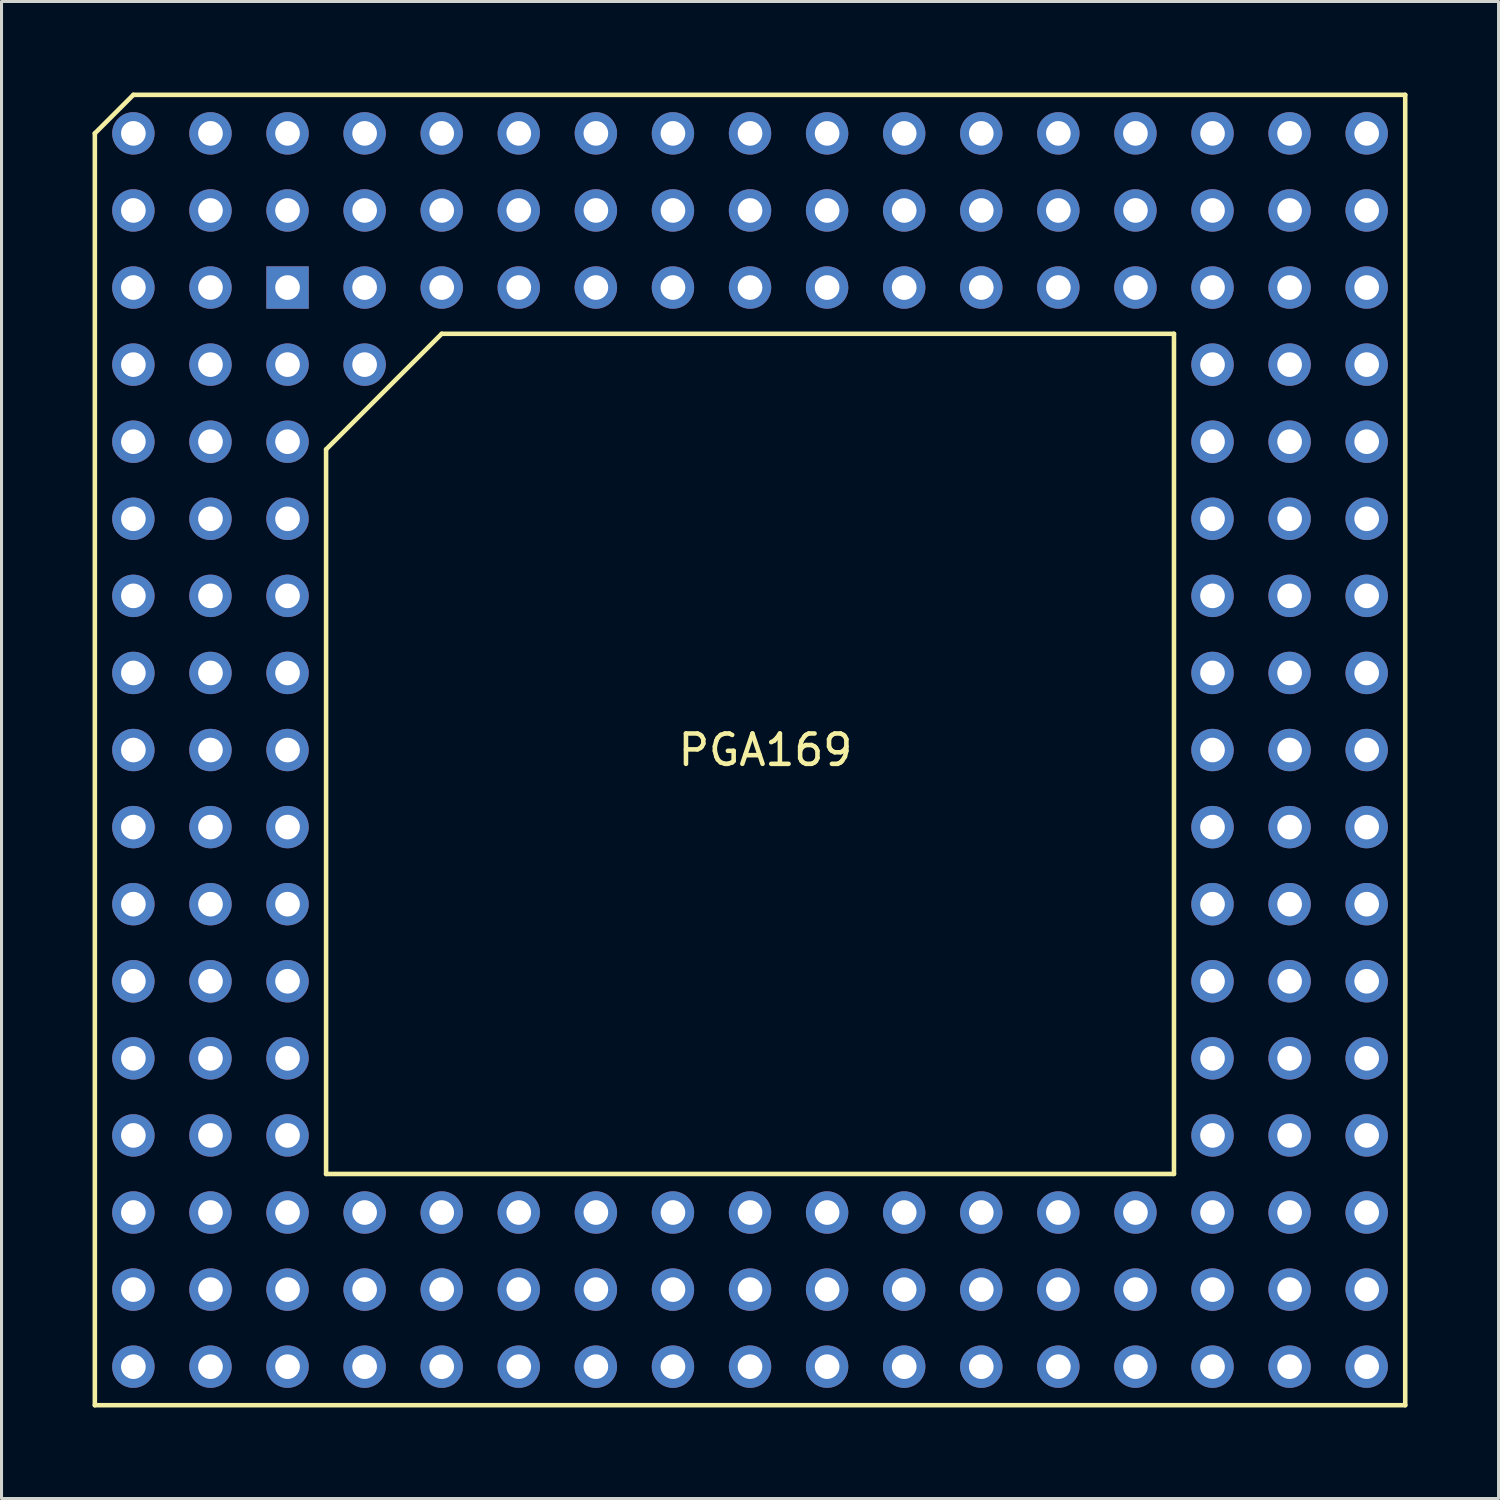
<source format=kicad_pcb>
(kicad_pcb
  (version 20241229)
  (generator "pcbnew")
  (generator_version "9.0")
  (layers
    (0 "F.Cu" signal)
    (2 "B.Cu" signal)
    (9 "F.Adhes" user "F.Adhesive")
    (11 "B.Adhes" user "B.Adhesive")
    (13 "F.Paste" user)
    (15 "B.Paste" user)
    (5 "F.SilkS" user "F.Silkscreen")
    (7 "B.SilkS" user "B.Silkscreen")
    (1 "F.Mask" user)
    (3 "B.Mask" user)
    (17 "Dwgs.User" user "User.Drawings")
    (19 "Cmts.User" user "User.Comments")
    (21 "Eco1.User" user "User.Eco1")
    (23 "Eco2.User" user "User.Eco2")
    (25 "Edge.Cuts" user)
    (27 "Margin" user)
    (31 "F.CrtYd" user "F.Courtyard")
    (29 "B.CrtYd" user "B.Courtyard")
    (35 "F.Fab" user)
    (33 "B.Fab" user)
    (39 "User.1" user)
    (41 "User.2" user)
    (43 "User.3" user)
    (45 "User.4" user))
  (footprint "PGA169"
    (layer "F.Cu")
    (at 21.665 21.411)
    (property "Reference" "PGA169" (at 0.508 0.254 0) (layer "F.SilkS") (effects (font (size 1 1) (thickness 0.15))))
    (attr through_hole)
    (fp_line (start -21.59 -20.066) (end -20.32 -21.336) (stroke (width 0.15) (type solid)) (layer "F.SilkS"))
    (fp_line (start -21.59 21.844) (end -21.59 -20.066) (stroke (width 0.15) (type solid)) (layer "F.SilkS"))
    (fp_line (start -20.32 -21.336) (end 21.59 -21.336) (stroke (width 0.15) (type solid)) (layer "F.SilkS"))
    (fp_line (start -13.97 -9.652) (end -10.16 -13.462) (stroke (width 0.15) (type solid)) (layer "F.SilkS"))
    (fp_line (start -13.97 14.224) (end -13.97 -9.652) (stroke (width 0.15) (type solid)) (layer "F.SilkS"))
    (fp_line (start -10.16 -13.462) (end 13.97 -13.462) (stroke (width 0.15) (type solid)) (layer "F.SilkS"))
    (fp_line (start 13.97 -13.462) (end 13.97 14.224) (stroke (width 0.15) (type solid)) (layer "F.SilkS"))
    (fp_line (start 13.97 14.224) (end -13.97 14.224) (stroke (width 0.15) (type solid)) (layer "F.SilkS"))
    (fp_line (start 21.59 -21.336) (end 21.59 21.844) (stroke (width 0.15) (type solid)) (layer "F.SilkS"))
    (fp_line (start 21.59 21.844) (end -21.59 21.844) (stroke (width 0.15) (type solid)) (layer "F.SilkS"))
    (pad "A1" thru_hole circle (at -20.32 -20.066) (size 1.397 1.397) (drill 0.813) (layers "*.Cu" "*.Mask"))
    (pad "A2" thru_hole circle (at -17.78 -20.066) (size 1.397 1.397) (drill 0.813) (layers "*.Cu" "*.Mask"))
    (pad "A3" thru_hole circle (at -15.24 -20.066) (size 1.397 1.397) (drill 0.813) (layers "*.Cu" "*.Mask"))
    (pad "A4" thru_hole circle (at -12.7 -20.066) (size 1.397 1.397) (drill 0.813) (layers "*.Cu" "*.Mask"))
    (pad "A5" thru_hole circle (at -10.16 -20.066) (size 1.397 1.397) (drill 0.813) (layers "*.Cu" "*.Mask"))
    (pad "A6" thru_hole circle (at -7.62 -20.066) (size 1.397 1.397) (drill 0.813) (layers "*.Cu" "*.Mask"))
    (pad "A7" thru_hole circle (at -5.08 -20.066) (size 1.397 1.397) (drill 0.813) (layers "*.Cu" "*.Mask"))
    (pad "A8" thru_hole circle (at -2.54 -20.066) (size 1.397 1.397) (drill 0.813) (layers "*.Cu" "*.Mask"))
    (pad "A9" thru_hole circle (at 0 -20.066) (size 1.397 1.397) (drill 0.813) (layers "*.Cu" "*.Mask"))
    (pad "A10" thru_hole circle (at 2.54 -20.066) (size 1.397 1.397) (drill 0.813) (layers "*.Cu" "*.Mask"))
    (pad "A11" thru_hole circle (at 5.08 -20.066) (size 1.397 1.397) (drill 0.813) (layers "*.Cu" "*.Mask"))
    (pad "A12" thru_hole circle (at 7.62 -20.066) (size 1.397 1.397) (drill 0.813) (layers "*.Cu" "*.Mask"))
    (pad "A13" thru_hole circle (at 10.16 -20.066) (size 1.397 1.397) (drill 0.813) (layers "*.Cu" "*.Mask"))
    (pad "A14" thru_hole circle (at 12.7 -20.066) (size 1.397 1.397) (drill 0.813) (layers "*.Cu" "*.Mask"))
    (pad "A15" thru_hole circle (at 15.24 -20.066) (size 1.397 1.397) (drill 0.813) (layers "*.Cu" "*.Mask"))
    (pad "A16" thru_hole circle (at 17.78 -20.066) (size 1.397 1.397) (drill 0.813) (layers "*.Cu" "*.Mask"))
    (pad "A17" thru_hole circle (at 20.32 -20.066) (size 1.397 1.397) (drill 0.813) (layers "*.Cu" "*.Mask"))
    (pad "B1" thru_hole circle (at -20.32 -17.526) (size 1.397 1.397) (drill 0.813) (layers "*.Cu" "*.Mask"))
    (pad "B2" thru_hole circle (at -17.78 -17.526) (size 1.397 1.397) (drill 0.813) (layers "*.Cu" "*.Mask"))
    (pad "B3" thru_hole circle (at -15.24 -17.526) (size 1.397 1.397) (drill 0.813) (layers "*.Cu" "*.Mask"))
    (pad "B4" thru_hole circle (at -12.7 -17.526) (size 1.397 1.397) (drill 0.813) (layers "*.Cu" "*.Mask"))
    (pad "B5" thru_hole circle (at -10.16 -17.526) (size 1.397 1.397) (drill 0.813) (layers "*.Cu" "*.Mask"))
    (pad "B6" thru_hole circle (at -7.62 -17.526) (size 1.397 1.397) (drill 0.813) (layers "*.Cu" "*.Mask"))
    (pad "B7" thru_hole circle (at -5.08 -17.526) (size 1.397 1.397) (drill 0.813) (layers "*.Cu" "*.Mask"))
    (pad "B8" thru_hole circle (at -2.54 -17.526) (size 1.397 1.397) (drill 0.813) (layers "*.Cu" "*.Mask"))
    (pad "B9" thru_hole circle (at 0 -17.526) (size 1.397 1.397) (drill 0.813) (layers "*.Cu" "*.Mask"))
    (pad "B10" thru_hole circle (at 2.54 -17.526) (size 1.397 1.397) (drill 0.813) (layers "*.Cu" "*.Mask"))
    (pad "B11" thru_hole circle (at 5.08 -17.526) (size 1.397 1.397) (drill 0.813) (layers "*.Cu" "*.Mask"))
    (pad "B12" thru_hole circle (at 7.62 -17.526) (size 1.397 1.397) (drill 0.813) (layers "*.Cu" "*.Mask"))
    (pad "B13" thru_hole circle (at 10.16 -17.526) (size 1.397 1.397) (drill 0.813) (layers "*.Cu" "*.Mask"))
    (pad "B14" thru_hole circle (at 12.7 -17.526) (size 1.397 1.397) (drill 0.813) (layers "*.Cu" "*.Mask"))
    (pad "B15" thru_hole circle (at 15.24 -17.526) (size 1.397 1.397) (drill 0.813) (layers "*.Cu" "*.Mask"))
    (pad "B16" thru_hole circle (at 17.78 -17.526) (size 1.397 1.397) (drill 0.813) (layers "*.Cu" "*.Mask"))
    (pad "B17" thru_hole circle (at 20.32 -17.526) (size 1.397 1.397) (drill 0.813) (layers "*.Cu" "*.Mask"))
    (pad "C1" thru_hole circle (at -20.32 -14.986) (size 1.397 1.397) (drill 0.813) (layers "*.Cu" "*.Mask"))
    (pad "C2" thru_hole circle (at -17.78 -14.986) (size 1.397 1.397) (drill 0.813) (layers "*.Cu" "*.Mask"))
    (pad "C3" thru_hole rect (at -15.24 -14.986) (size 1.397 1.397) (drill 0.813) (layers "*.Cu" "*.Mask"))
    (pad "C4" thru_hole circle (at -12.7 -14.986) (size 1.397 1.397) (drill 0.813) (layers "*.Cu" "*.Mask"))
    (pad "C5" thru_hole circle (at -10.16 -14.986) (size 1.397 1.397) (drill 0.813) (layers "*.Cu" "*.Mask"))
    (pad "C6" thru_hole circle (at -7.62 -14.986) (size 1.397 1.397) (drill 0.813) (layers "*.Cu" "*.Mask"))
    (pad "C7" thru_hole circle (at -5.08 -14.986) (size 1.397 1.397) (drill 0.813) (layers "*.Cu" "*.Mask"))
    (pad "C8" thru_hole circle (at -2.54 -14.986) (size 1.397 1.397) (drill 0.813) (layers "*.Cu" "*.Mask"))
    (pad "C9" thru_hole circle (at 0 -14.986) (size 1.397 1.397) (drill 0.813) (layers "*.Cu" "*.Mask"))
    (pad "C10" thru_hole circle (at 2.54 -14.986) (size 1.397 1.397) (drill 0.813) (layers "*.Cu" "*.Mask"))
    (pad "C11" thru_hole circle (at 5.08 -14.986) (size 1.397 1.397) (drill 0.813) (layers "*.Cu" "*.Mask"))
    (pad "C12" thru_hole circle (at 7.62 -14.986) (size 1.397 1.397) (drill 0.813) (layers "*.Cu" "*.Mask"))
    (pad "C13" thru_hole circle (at 10.16 -14.986) (size 1.397 1.397) (drill 0.813) (layers "*.Cu" "*.Mask"))
    (pad "C14" thru_hole circle (at 12.7 -14.986) (size 1.397 1.397) (drill 0.813) (layers "*.Cu" "*.Mask"))
    (pad "C15" thru_hole circle (at 15.24 -14.986) (size 1.397 1.397) (drill 0.813) (layers "*.Cu" "*.Mask"))
    (pad "C16" thru_hole circle (at 17.78 -14.986) (size 1.397 1.397) (drill 0.813) (layers "*.Cu" "*.Mask"))
    (pad "C17" thru_hole circle (at 20.32 -14.986) (size 1.397 1.397) (drill 0.813) (layers "*.Cu" "*.Mask"))
    (pad "D1" thru_hole circle (at -20.32 -12.446) (size 1.397 1.397) (drill 0.813) (layers "*.Cu" "*.Mask"))
    (pad "D2" thru_hole circle (at -17.78 -12.446) (size 1.397 1.397) (drill 0.813) (layers "*.Cu" "*.Mask"))
    (pad "D3" thru_hole circle (at -15.24 -12.446) (size 1.397 1.397) (drill 0.813) (layers "*.Cu" "*.Mask"))
    (pad "D4" thru_hole circle (at -12.7 -12.446) (size 1.397 1.397) (drill 0.813) (layers "*.Cu" "*.Mask"))
    (pad "D15" thru_hole circle (at 15.24 -12.446) (size 1.397 1.397) (drill 0.813) (layers "*.Cu" "*.Mask"))
    (pad "D16" thru_hole circle (at 17.78 -12.446) (size 1.397 1.397) (drill 0.813) (layers "*.Cu" "*.Mask"))
    (pad "D17" thru_hole circle (at 20.32 -12.446) (size 1.397 1.397) (drill 0.813) (layers "*.Cu" "*.Mask"))
    (pad "E1" thru_hole circle (at -20.32 -9.906) (size 1.397 1.397) (drill 0.813) (layers "*.Cu" "*.Mask"))
    (pad "E2" thru_hole circle (at -17.78 -9.906) (size 1.397 1.397) (drill 0.813) (layers "*.Cu" "*.Mask"))
    (pad "E3" thru_hole circle (at -15.24 -9.906) (size 1.397 1.397) (drill 0.813) (layers "*.Cu" "*.Mask"))
    (pad "E15" thru_hole circle (at 15.24 -9.906) (size 1.397 1.397) (drill 0.813) (layers "*.Cu" "*.Mask"))
    (pad "E16" thru_hole circle (at 17.78 -9.906) (size 1.397 1.397) (drill 0.813) (layers "*.Cu" "*.Mask"))
    (pad "E17" thru_hole circle (at 20.32 -9.906) (size 1.397 1.397) (drill 0.813) (layers "*.Cu" "*.Mask"))
    (pad "F1" thru_hole circle (at -20.32 -7.366) (size 1.397 1.397) (drill 0.813) (layers "*.Cu" "*.Mask"))
    (pad "F2" thru_hole circle (at -17.78 -7.366) (size 1.397 1.397) (drill 0.813) (layers "*.Cu" "*.Mask"))
    (pad "F3" thru_hole circle (at -15.24 -7.366) (size 1.397 1.397) (drill 0.813) (layers "*.Cu" "*.Mask"))
    (pad "F15" thru_hole circle (at 15.24 -7.366) (size 1.397 1.397) (drill 0.813) (layers "*.Cu" "*.Mask"))
    (pad "F16" thru_hole circle (at 17.78 -7.366) (size 1.397 1.397) (drill 0.813) (layers "*.Cu" "*.Mask"))
    (pad "F17" thru_hole circle (at 20.32 -7.366) (size 1.397 1.397) (drill 0.813) (layers "*.Cu" "*.Mask"))
    (pad "G1" thru_hole circle (at -20.32 -4.826) (size 1.397 1.397) (drill 0.813) (layers "*.Cu" "*.Mask"))
    (pad "G2" thru_hole circle (at -17.78 -4.826) (size 1.397 1.397) (drill 0.813) (layers "*.Cu" "*.Mask"))
    (pad "G3" thru_hole circle (at -15.24 -4.826) (size 1.397 1.397) (drill 0.813) (layers "*.Cu" "*.Mask"))
    (pad "G15" thru_hole circle (at 15.24 -4.826) (size 1.397 1.397) (drill 0.813) (layers "*.Cu" "*.Mask"))
    (pad "G16" thru_hole circle (at 17.78 -4.826) (size 1.397 1.397) (drill 0.813) (layers "*.Cu" "*.Mask"))
    (pad "G17" thru_hole circle (at 20.32 -4.826) (size 1.397 1.397) (drill 0.813) (layers "*.Cu" "*.Mask"))
    (pad "H1" thru_hole circle (at -20.32 -2.286) (size 1.397 1.397) (drill 0.813) (layers "*.Cu" "*.Mask"))
    (pad "H2" thru_hole circle (at -17.78 -2.286) (size 1.397 1.397) (drill 0.813) (layers "*.Cu" "*.Mask"))
    (pad "H3" thru_hole circle (at -15.24 -2.286) (size 1.397 1.397) (drill 0.813) (layers "*.Cu" "*.Mask"))
    (pad "H15" thru_hole circle (at 15.24 -2.286) (size 1.397 1.397) (drill 0.813) (layers "*.Cu" "*.Mask"))
    (pad "H16" thru_hole circle (at 17.78 -2.286) (size 1.397 1.397) (drill 0.813) (layers "*.Cu" "*.Mask"))
    (pad "H17" thru_hole circle (at 20.32 -2.286) (size 1.397 1.397) (drill 0.813) (layers "*.Cu" "*.Mask"))
    (pad "J1" thru_hole circle (at -20.32 0.254) (size 1.397 1.397) (drill 0.813) (layers "*.Cu" "*.Mask"))
    (pad "J2" thru_hole circle (at -17.78 0.254) (size 1.397 1.397) (drill 0.813) (layers "*.Cu" "*.Mask"))
    (pad "J3" thru_hole circle (at -15.24 0.254) (size 1.397 1.397) (drill 0.813) (layers "*.Cu" "*.Mask"))
    (pad "J15" thru_hole circle (at 15.24 0.254) (size 1.397 1.397) (drill 0.813) (layers "*.Cu" "*.Mask"))
    (pad "J16" thru_hole circle (at 17.78 0.254) (size 1.397 1.397) (drill 0.813) (layers "*.Cu" "*.Mask"))
    (pad "J17" thru_hole circle (at 20.32 0.254) (size 1.397 1.397) (drill 0.813) (layers "*.Cu" "*.Mask"))
    (pad "K1" thru_hole circle (at -20.32 2.794) (size 1.397 1.397) (drill 0.813) (layers "*.Cu" "*.Mask"))
    (pad "K2" thru_hole circle (at -17.78 2.794) (size 1.397 1.397) (drill 0.813) (layers "*.Cu" "*.Mask"))
    (pad "K3" thru_hole circle (at -15.24 2.794) (size 1.397 1.397) (drill 0.813) (layers "*.Cu" "*.Mask"))
    (pad "K15" thru_hole circle (at 15.24 2.794) (size 1.397 1.397) (drill 0.813) (layers "*.Cu" "*.Mask"))
    (pad "K16" thru_hole circle (at 17.78 2.794) (size 1.397 1.397) (drill 0.813) (layers "*.Cu" "*.Mask"))
    (pad "K17" thru_hole circle (at 20.32 2.794) (size 1.397 1.397) (drill 0.813) (layers "*.Cu" "*.Mask"))
    (pad "L1" thru_hole circle (at -20.32 5.334) (size 1.397 1.397) (drill 0.813) (layers "*.Cu" "*.Mask"))
    (pad "L2" thru_hole circle (at -17.78 5.334) (size 1.397 1.397) (drill 0.813) (layers "*.Cu" "*.Mask"))
    (pad "L3" thru_hole circle (at -15.24 5.334) (size 1.397 1.397) (drill 0.813) (layers "*.Cu" "*.Mask"))
    (pad "L15" thru_hole circle (at 15.24 5.334) (size 1.397 1.397) (drill 0.813) (layers "*.Cu" "*.Mask"))
    (pad "L16" thru_hole circle (at 17.78 5.334) (size 1.397 1.397) (drill 0.813) (layers "*.Cu" "*.Mask"))
    (pad "L17" thru_hole circle (at 20.32 5.334) (size 1.397 1.397) (drill 0.813) (layers "*.Cu" "*.Mask"))
    (pad "M1" thru_hole circle (at -20.32 7.874) (size 1.397 1.397) (drill 0.813) (layers "*.Cu" "*.Mask"))
    (pad "M2" thru_hole circle (at -17.78 7.874) (size 1.397 1.397) (drill 0.813) (layers "*.Cu" "*.Mask"))
    (pad "M3" thru_hole circle (at -15.24 7.874) (size 1.397 1.397) (drill 0.813) (layers "*.Cu" "*.Mask"))
    (pad "M15" thru_hole circle (at 15.24 7.874) (size 1.397 1.397) (drill 0.813) (layers "*.Cu" "*.Mask"))
    (pad "M16" thru_hole circle (at 17.78 7.874) (size 1.397 1.397) (drill 0.813) (layers "*.Cu" "*.Mask"))
    (pad "M17" thru_hole circle (at 20.32 7.874) (size 1.397 1.397) (drill 0.813) (layers "*.Cu" "*.Mask"))
    (pad "N1" thru_hole circle (at -20.32 10.414) (size 1.397 1.397) (drill 0.813) (layers "*.Cu" "*.Mask"))
    (pad "N2" thru_hole circle (at -17.78 10.414) (size 1.397 1.397) (drill 0.813) (layers "*.Cu" "*.Mask"))
    (pad "N3" thru_hole circle (at -15.24 10.414) (size 1.397 1.397) (drill 0.813) (layers "*.Cu" "*.Mask"))
    (pad "N15" thru_hole circle (at 15.24 10.414) (size 1.397 1.397) (drill 0.813) (layers "*.Cu" "*.Mask"))
    (pad "N16" thru_hole circle (at 17.78 10.414) (size 1.397 1.397) (drill 0.813) (layers "*.Cu" "*.Mask"))
    (pad "N17" thru_hole circle (at 20.32 10.414) (size 1.397 1.397) (drill 0.813) (layers "*.Cu" "*.Mask"))
    (pad "P1" thru_hole circle (at -20.32 12.954) (size 1.397 1.397) (drill 0.813) (layers "*.Cu" "*.Mask"))
    (pad "P2" thru_hole circle (at -17.78 12.954) (size 1.397 1.397) (drill 0.813) (layers "*.Cu" "*.Mask"))
    (pad "P3" thru_hole circle (at -15.24 12.954) (size 1.397 1.397) (drill 0.813) (layers "*.Cu" "*.Mask"))
    (pad "P15" thru_hole circle (at 15.24 12.954) (size 1.397 1.397) (drill 0.813) (layers "*.Cu" "*.Mask"))
    (pad "P16" thru_hole circle (at 17.78 12.954) (size 1.397 1.397) (drill 0.813) (layers "*.Cu" "*.Mask"))
    (pad "P17" thru_hole circle (at 20.32 12.954) (size 1.397 1.397) (drill 0.813) (layers "*.Cu" "*.Mask"))
    (pad "Q1" thru_hole circle (at -20.32 15.494) (size 1.397 1.397) (drill 0.813) (layers "*.Cu" "*.Mask"))
    (pad "Q2" thru_hole circle (at -17.78 15.494) (size 1.397 1.397) (drill 0.813) (layers "*.Cu" "*.Mask"))
    (pad "Q3" thru_hole circle (at -15.24 15.494) (size 1.397 1.397) (drill 0.813) (layers "*.Cu" "*.Mask"))
    (pad "Q4" thru_hole circle (at -12.7 15.494) (size 1.397 1.397) (drill 0.813) (layers "*.Cu" "*.Mask"))
    (pad "Q5" thru_hole circle (at -10.16 15.494) (size 1.397 1.397) (drill 0.813) (layers "*.Cu" "*.Mask"))
    (pad "Q6" thru_hole circle (at -7.62 15.494) (size 1.397 1.397) (drill 0.813) (layers "*.Cu" "*.Mask"))
    (pad "Q7" thru_hole circle (at -5.08 15.494) (size 1.397 1.397) (drill 0.813) (layers "*.Cu" "*.Mask"))
    (pad "Q8" thru_hole circle (at -2.54 15.494) (size 1.397 1.397) (drill 0.813) (layers "*.Cu" "*.Mask"))
    (pad "Q9" thru_hole circle (at 0 15.494) (size 1.397 1.397) (drill 0.813) (layers "*.Cu" "*.Mask"))
    (pad "Q10" thru_hole circle (at 2.54 15.494) (size 1.397 1.397) (drill 0.813) (layers "*.Cu" "*.Mask"))
    (pad "Q11" thru_hole circle (at 5.08 15.494) (size 1.397 1.397) (drill 0.813) (layers "*.Cu" "*.Mask"))
    (pad "Q12" thru_hole circle (at 7.62 15.494) (size 1.397 1.397) (drill 0.813) (layers "*.Cu" "*.Mask"))
    (pad "Q13" thru_hole circle (at 10.16 15.494) (size 1.397 1.397) (drill 0.813) (layers "*.Cu" "*.Mask"))
    (pad "Q14" thru_hole circle (at 12.7 15.494) (size 1.397 1.397) (drill 0.813) (layers "*.Cu" "*.Mask"))
    (pad "Q15" thru_hole circle (at 15.24 15.494) (size 1.397 1.397) (drill 0.813) (layers "*.Cu" "*.Mask"))
    (pad "Q16" thru_hole circle (at 17.78 15.494) (size 1.397 1.397) (drill 0.813) (layers "*.Cu" "*.Mask"))
    (pad "Q17" thru_hole circle (at 20.32 15.494) (size 1.397 1.397) (drill 0.813) (layers "*.Cu" "*.Mask"))
    (pad "R1" thru_hole circle (at -20.32 18.034) (size 1.397 1.397) (drill 0.813) (layers "*.Cu" "*.Mask"))
    (pad "R2" thru_hole circle (at -17.78 18.034) (size 1.397 1.397) (drill 0.813) (layers "*.Cu" "*.Mask"))
    (pad "R3" thru_hole circle (at -15.24 18.034) (size 1.397 1.397) (drill 0.813) (layers "*.Cu" "*.Mask"))
    (pad "R4" thru_hole circle (at -12.7 18.034) (size 1.397 1.397) (drill 0.813) (layers "*.Cu" "*.Mask"))
    (pad "R5" thru_hole circle (at -10.16 18.034) (size 1.397 1.397) (drill 0.813) (layers "*.Cu" "*.Mask"))
    (pad "R6" thru_hole circle (at -7.62 18.034) (size 1.397 1.397) (drill 0.813) (layers "*.Cu" "*.Mask"))
    (pad "R7" thru_hole circle (at -5.08 18.034) (size 1.397 1.397) (drill 0.813) (layers "*.Cu" "*.Mask"))
    (pad "R8" thru_hole circle (at -2.54 18.034) (size 1.397 1.397) (drill 0.813) (layers "*.Cu" "*.Mask"))
    (pad "R9" thru_hole circle (at 0 18.034) (size 1.397 1.397) (drill 0.813) (layers "*.Cu" "*.Mask"))
    (pad "R10" thru_hole circle (at 2.54 18.034) (size 1.397 1.397) (drill 0.813) (layers "*.Cu" "*.Mask"))
    (pad "R11" thru_hole circle (at 5.08 18.034) (size 1.397 1.397) (drill 0.813) (layers "*.Cu" "*.Mask"))
    (pad "R12" thru_hole circle (at 7.62 18.034) (size 1.397 1.397) (drill 0.813) (layers "*.Cu" "*.Mask"))
    (pad "R13" thru_hole circle (at 10.16 18.034) (size 1.397 1.397) (drill 0.813) (layers "*.Cu" "*.Mask"))
    (pad "R14" thru_hole circle (at 12.7 18.034) (size 1.397 1.397) (drill 0.813) (layers "*.Cu" "*.Mask"))
    (pad "R15" thru_hole circle (at 15.24 18.034) (size 1.397 1.397) (drill 0.813) (layers "*.Cu" "*.Mask"))
    (pad "R16" thru_hole circle (at 17.78 18.034) (size 1.397 1.397) (drill 0.813) (layers "*.Cu" "*.Mask"))
    (pad "R17" thru_hole circle (at 20.32 18.034) (size 1.397 1.397) (drill 0.813) (layers "*.Cu" "*.Mask"))
    (pad "S1" thru_hole circle (at -20.32 20.574) (size 1.397 1.397) (drill 0.813) (layers "*.Cu" "*.Mask"))
    (pad "S2" thru_hole circle (at -17.78 20.574) (size 1.397 1.397) (drill 0.813) (layers "*.Cu" "*.Mask"))
    (pad "S3" thru_hole circle (at -15.24 20.574) (size 1.397 1.397) (drill 0.813) (layers "*.Cu" "*.Mask"))
    (pad "S4" thru_hole circle (at -12.7 20.574) (size 1.397 1.397) (drill 0.813) (layers "*.Cu" "*.Mask"))
    (pad "S5" thru_hole circle (at -10.16 20.574) (size 1.397 1.397) (drill 0.813) (layers "*.Cu" "*.Mask"))
    (pad "S6" thru_hole circle (at -7.62 20.574) (size 1.397 1.397) (drill 0.813) (layers "*.Cu" "*.Mask"))
    (pad "S7" thru_hole circle (at -5.08 20.574) (size 1.397 1.397) (drill 0.813) (layers "*.Cu" "*.Mask"))
    (pad "S8" thru_hole circle (at -2.54 20.574) (size 1.397 1.397) (drill 0.813) (layers "*.Cu" "*.Mask"))
    (pad "S9" thru_hole circle (at 0 20.574) (size 1.397 1.397) (drill 0.813) (layers "*.Cu" "*.Mask"))
    (pad "S10" thru_hole circle (at 2.54 20.574) (size 1.397 1.397) (drill 0.813) (layers "*.Cu" "*.Mask"))
    (pad "S11" thru_hole circle (at 5.08 20.574) (size 1.397 1.397) (drill 0.813) (layers "*.Cu" "*.Mask"))
    (pad "S12" thru_hole circle (at 7.62 20.574) (size 1.397 1.397) (drill 0.813) (layers "*.Cu" "*.Mask"))
    (pad "S13" thru_hole circle (at 10.16 20.574) (size 1.397 1.397) (drill 0.813) (layers "*.Cu" "*.Mask"))
    (pad "S14" thru_hole circle (at 12.7 20.574) (size 1.397 1.397) (drill 0.813) (layers "*.Cu" "*.Mask"))
    (pad "S15" thru_hole circle (at 15.24 20.574) (size 1.397 1.397) (drill 0.813) (layers "*.Cu" "*.Mask"))
    (pad "S16" thru_hole circle (at 17.78 20.574) (size 1.397 1.397) (drill 0.813) (layers "*.Cu" "*.Mask"))
    (pad "S17" thru_hole circle (at 20.32 20.574) (size 1.397 1.397) (drill 0.813) (layers "*.Cu" "*.Mask")))
  (gr_rect
    (start -3 -3)
    (end 46.33 46.33)
    (stroke (width 0.1) (type default))
    (fill no)
    (layer "Edge.Cuts")))
</source>
